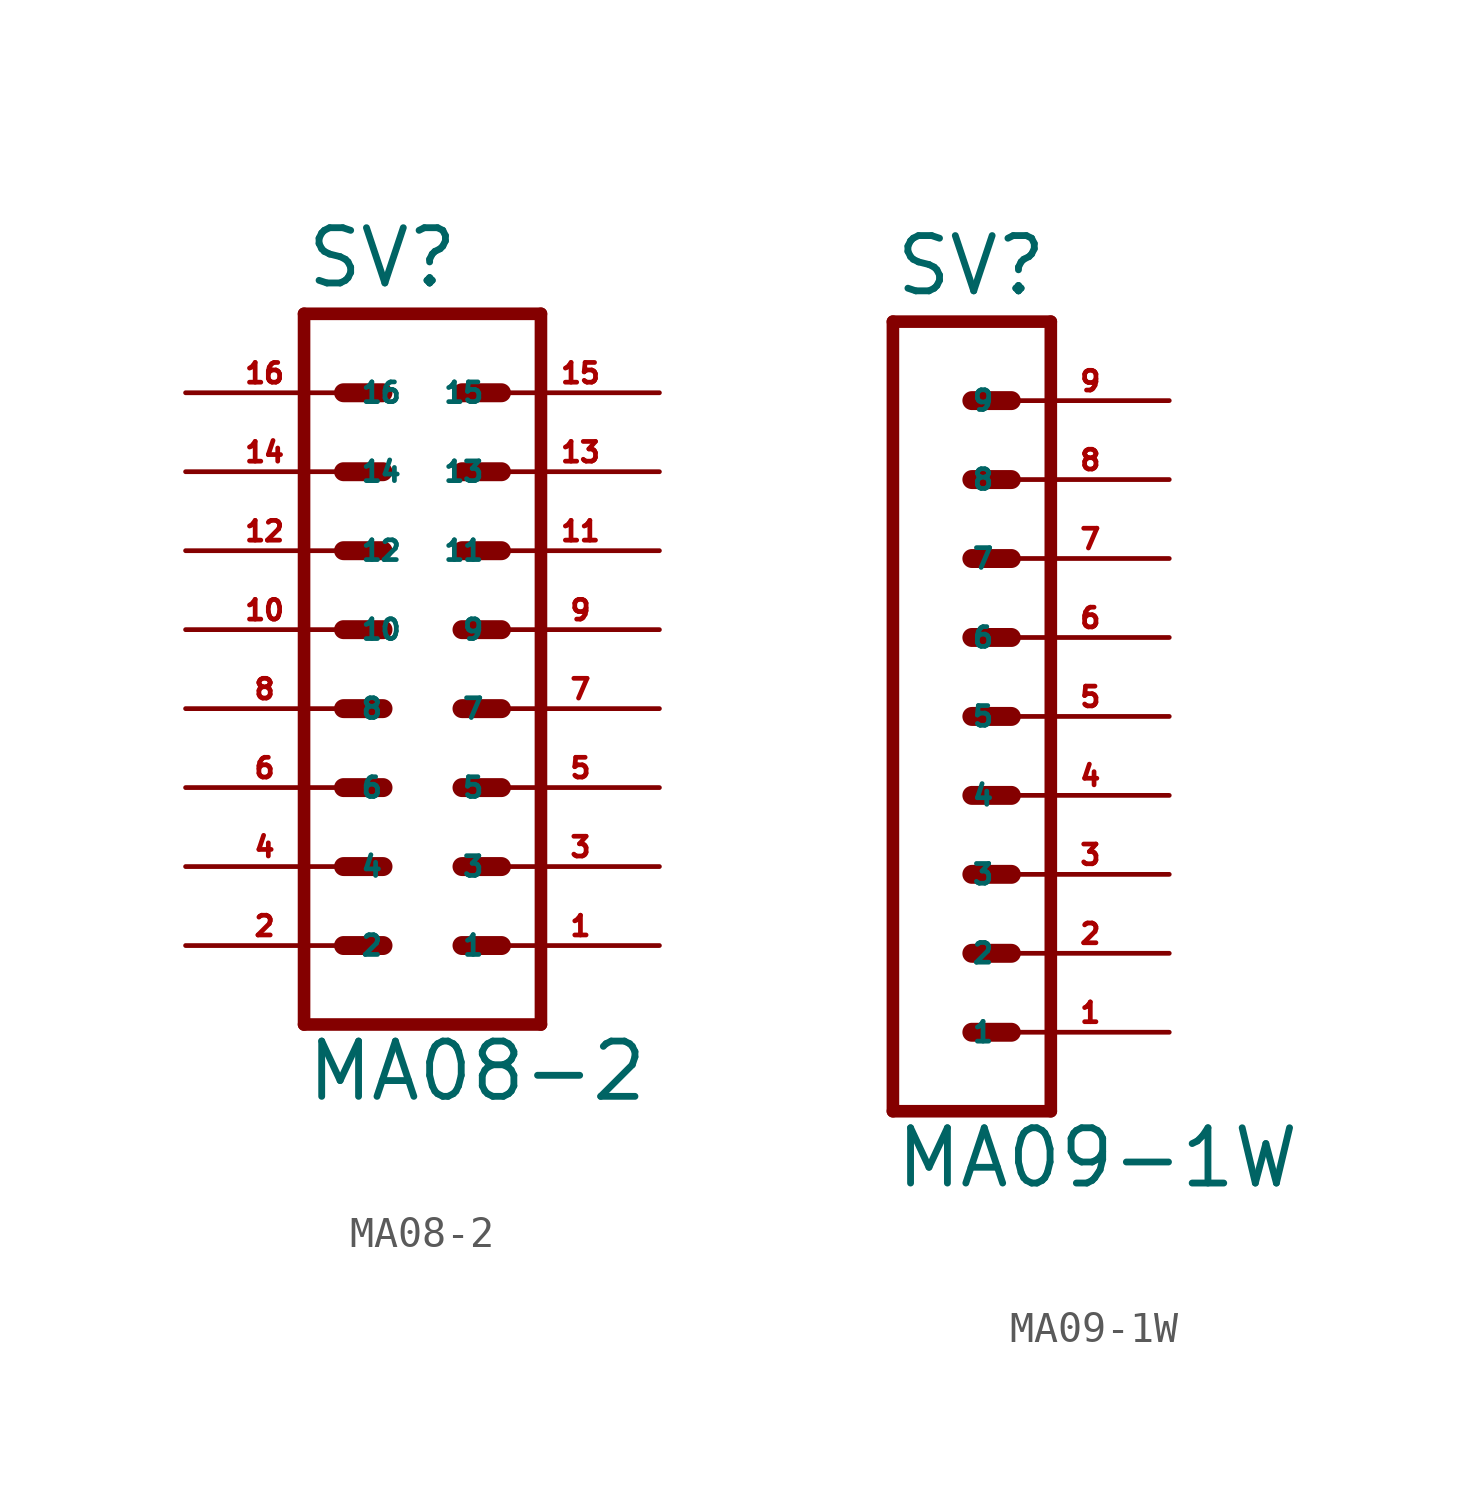
<source format=kicad_sym>
(kicad_symbol_lib
  (version 20220914)
  (generator Eagle2Kicad)
  (symbol "MA08-2"
    (property "Reference" "SV"
      (at -3.81 13.462 0)
      (effects (font (size 1.778 1.778) (thickness 0.22)) (justify left bottom)))
    (property "Value" "MA08-2"
      (at -3.81 -12.7 0)
      (effects (font (size 1.778 1.778) (thickness 0.22)) (justify left bottom)))
    (polyline
      (pts (xy 3.81 -10.16) (xy -3.81 -10.16))
      (stroke (width 0.406) (type default))
      (fill (type none)))
    (polyline
      (pts (xy 1.27 -2.54) (xy 2.54 -2.54))
      (stroke (width 0.61) (type default))
      (fill (type none)))
    (polyline
      (pts (xy 1.27 -5.08) (xy 2.54 -5.08))
      (stroke (width 0.61) (type default))
      (fill (type none)))
    (polyline
      (pts (xy 1.27 -7.62) (xy 2.54 -7.62))
      (stroke (width 0.61) (type default))
      (fill (type none)))
    (polyline
      (pts (xy -2.54 -2.54) (xy -1.27 -2.54))
      (stroke (width 0.61) (type default))
      (fill (type none)))
    (polyline
      (pts (xy -2.54 -5.08) (xy -1.27 -5.08))
      (stroke (width 0.61) (type default))
      (fill (type none)))
    (polyline
      (pts (xy -2.54 -7.62) (xy -1.27 -7.62))
      (stroke (width 0.61) (type default))
      (fill (type none)))
    (polyline
      (pts (xy 1.27 2.54) (xy 2.54 2.54))
      (stroke (width 0.61) (type default))
      (fill (type none)))
    (polyline
      (pts (xy 1.27 0) (xy 2.54 0))
      (stroke (width 0.61) (type default))
      (fill (type none)))
    (polyline
      (pts (xy -2.54 2.54) (xy -1.27 2.54))
      (stroke (width 0.61) (type default))
      (fill (type none)))
    (polyline
      (pts (xy -2.54 0) (xy -1.27 0))
      (stroke (width 0.61) (type default))
      (fill (type none)))
    (polyline
      (pts (xy 1.27 10.16) (xy 2.54 10.16))
      (stroke (width 0.61) (type default))
      (fill (type none)))
    (polyline
      (pts (xy 1.27 7.62) (xy 2.54 7.62))
      (stroke (width 0.61) (type default))
      (fill (type none)))
    (polyline
      (pts (xy 1.27 5.08) (xy 2.54 5.08))
      (stroke (width 0.61) (type default))
      (fill (type none)))
    (polyline
      (pts (xy -2.54 10.16) (xy -1.27 10.16))
      (stroke (width 0.61) (type default))
      (fill (type none)))
    (polyline
      (pts (xy -2.54 7.62) (xy -1.27 7.62))
      (stroke (width 0.61) (type default))
      (fill (type none)))
    (polyline
      (pts (xy -2.54 5.08) (xy -1.27 5.08))
      (stroke (width 0.61) (type default))
      (fill (type none)))
    (polyline
      (pts (xy -3.81 12.7) (xy -3.81 -10.16))
      (stroke (width 0.406) (type default))
      (fill (type none)))
    (polyline
      (pts (xy 3.81 -10.16) (xy 3.81 12.7))
      (stroke (width 0.406) (type default))
      (fill (type none)))
    (polyline
      (pts (xy -3.81 12.7) (xy 3.81 12.7))
      (stroke (width 0.406) (type default))
      (fill (type none)))
    (pin passive line
      (at 7.62 -7.62 180)
      (length 5.08)
      (name "1" (effects (font (size 0.635 0.635) (thickness 0.08)) (justify left bottom)))
      (number "1" (effects (font (size 0.635 0.635) (thickness 0.08)) (justify left bottom))))
    (pin passive line
      (at 7.62 -5.08 180)
      (length 5.08)
      (name "3" (effects (font (size 0.635 0.635) (thickness 0.08)) (justify left bottom)))
      (number "3" (effects (font (size 0.635 0.635) (thickness 0.08)) (justify left bottom))))
    (pin passive line
      (at 7.62 -2.54 180)
      (length 5.08)
      (name "5" (effects (font (size 0.635 0.635) (thickness 0.08)) (justify left bottom)))
      (number "5" (effects (font (size 0.635 0.635) (thickness 0.08)) (justify left bottom))))
    (pin passive line
      (at -7.62 -7.62 0)
      (length 5.08)
      (name "2" (effects (font (size 0.635 0.635) (thickness 0.08)) (justify left bottom)))
      (number "2" (effects (font (size 0.635 0.635) (thickness 0.08)) (justify left bottom))))
    (pin passive line
      (at -7.62 -5.08 0)
      (length 5.08)
      (name "4" (effects (font (size 0.635 0.635) (thickness 0.08)) (justify left bottom)))
      (number "4" (effects (font (size 0.635 0.635) (thickness 0.08)) (justify left bottom))))
    (pin passive line
      (at -7.62 -2.54 0)
      (length 5.08)
      (name "6" (effects (font (size 0.635 0.635) (thickness 0.08)) (justify left bottom)))
      (number "6" (effects (font (size 0.635 0.635) (thickness 0.08)) (justify left bottom))))
    (pin passive line
      (at 7.62 0 180)
      (length 5.08)
      (name "7" (effects (font (size 0.635 0.635) (thickness 0.08)) (justify left bottom)))
      (number "7" (effects (font (size 0.635 0.635) (thickness 0.08)) (justify left bottom))))
    (pin passive line
      (at 7.62 2.54 180)
      (length 5.08)
      (name "9" (effects (font (size 0.635 0.635) (thickness 0.08)) (justify left bottom)))
      (number "9" (effects (font (size 0.635 0.635) (thickness 0.08)) (justify left bottom))))
    (pin passive line
      (at -7.62 0 0)
      (length 5.08)
      (name "8" (effects (font (size 0.635 0.635) (thickness 0.08)) (justify left bottom)))
      (number "8" (effects (font (size 0.635 0.635) (thickness 0.08)) (justify left bottom))))
    (pin passive line
      (at -7.62 2.54 0)
      (length 5.08)
      (name "10" (effects (font (size 0.635 0.635) (thickness 0.08)) (justify left bottom)))
      (number "10" (effects (font (size 0.635 0.635) (thickness 0.08)) (justify left bottom))))
    (pin passive line
      (at 7.62 5.08 180)
      (length 5.08)
      (name "11" (effects (font (size 0.635 0.635) (thickness 0.08)) (justify left bottom)))
      (number "11" (effects (font (size 0.635 0.635) (thickness 0.08)) (justify left bottom))))
    (pin passive line
      (at 7.62 7.62 180)
      (length 5.08)
      (name "13" (effects (font (size 0.635 0.635) (thickness 0.08)) (justify left bottom)))
      (number "13" (effects (font (size 0.635 0.635) (thickness 0.08)) (justify left bottom))))
    (pin passive line
      (at 7.62 10.16 180)
      (length 5.08)
      (name "15" (effects (font (size 0.635 0.635) (thickness 0.08)) (justify left bottom)))
      (number "15" (effects (font (size 0.635 0.635) (thickness 0.08)) (justify left bottom))))
    (pin passive line
      (at -7.62 5.08 0)
      (length 5.08)
      (name "12" (effects (font (size 0.635 0.635) (thickness 0.08)) (justify left bottom)))
      (number "12" (effects (font (size 0.635 0.635) (thickness 0.08)) (justify left bottom))))
    (pin passive line
      (at -7.62 7.62 0)
      (length 5.08)
      (name "14" (effects (font (size 0.635 0.635) (thickness 0.08)) (justify left bottom)))
      (number "14" (effects (font (size 0.635 0.635) (thickness 0.08)) (justify left bottom))))
    (pin passive line
      (at -7.62 10.16 0)
      (length 5.08)
      (name "16" (effects (font (size 0.635 0.635) (thickness 0.08)) (justify left bottom)))
      (number "16" (effects (font (size 0.635 0.635) (thickness 0.08)) (justify left bottom)))))
  (symbol "MA09-1W"
    (property "Reference" "SV"
      (at -1.27 13.462 0)
      (effects (font (size 1.778 1.778) (thickness 0.22)) (justify left bottom)))
    (property "Value" "MA09-1W"
      (at -1.27 -15.24 0)
      (effects (font (size 1.778 1.778) (thickness 0.22)) (justify left bottom)))
    (polyline
      (pts (xy 3.81 -12.7) (xy -1.27 -12.7))
      (stroke (width 0.406) (type default))
      (fill (type none)))
    (polyline
      (pts (xy 1.27 -5.08) (xy 2.54 -5.08))
      (stroke (width 0.61) (type default))
      (fill (type none)))
    (polyline
      (pts (xy 1.27 -7.62) (xy 2.54 -7.62))
      (stroke (width 0.61) (type default))
      (fill (type none)))
    (polyline
      (pts (xy 1.27 -10.16) (xy 2.54 -10.16))
      (stroke (width 0.61) (type default))
      (fill (type none)))
    (polyline
      (pts (xy 1.27 0) (xy 2.54 0))
      (stroke (width 0.61) (type default))
      (fill (type none)))
    (polyline
      (pts (xy 1.27 -2.54) (xy 2.54 -2.54))
      (stroke (width 0.61) (type default))
      (fill (type none)))
    (polyline
      (pts (xy 1.27 7.62) (xy 2.54 7.62))
      (stroke (width 0.61) (type default))
      (fill (type none)))
    (polyline
      (pts (xy 1.27 5.08) (xy 2.54 5.08))
      (stroke (width 0.61) (type default))
      (fill (type none)))
    (polyline
      (pts (xy 1.27 2.54) (xy 2.54 2.54))
      (stroke (width 0.61) (type default))
      (fill (type none)))
    (polyline
      (pts (xy 1.27 10.16) (xy 2.54 10.16))
      (stroke (width 0.61) (type default))
      (fill (type none)))
    (polyline
      (pts (xy -1.27 12.7) (xy -1.27 -12.7))
      (stroke (width 0.406) (type default))
      (fill (type none)))
    (polyline
      (pts (xy 3.81 -12.7) (xy 3.81 12.7))
      (stroke (width 0.406) (type default))
      (fill (type none)))
    (polyline
      (pts (xy -1.27 12.7) (xy 3.81 12.7))
      (stroke (width 0.406) (type default))
      (fill (type none)))
    (pin passive line
      (at 7.62 -10.16 180)
      (length 5.08)
      (name "1" (effects (font (size 0.635 0.635) (thickness 0.08)) (justify left bottom)))
      (number "1" (effects (font (size 0.635 0.635) (thickness 0.08)) (justify left bottom))))
    (pin passive line
      (at 7.62 -7.62 180)
      (length 5.08)
      (name "2" (effects (font (size 0.635 0.635) (thickness 0.08)) (justify left bottom)))
      (number "2" (effects (font (size 0.635 0.635) (thickness 0.08)) (justify left bottom))))
    (pin passive line
      (at 7.62 -5.08 180)
      (length 5.08)
      (name "3" (effects (font (size 0.635 0.635) (thickness 0.08)) (justify left bottom)))
      (number "3" (effects (font (size 0.635 0.635) (thickness 0.08)) (justify left bottom))))
    (pin passive line
      (at 7.62 -2.54 180)
      (length 5.08)
      (name "4" (effects (font (size 0.635 0.635) (thickness 0.08)) (justify left bottom)))
      (number "4" (effects (font (size 0.635 0.635) (thickness 0.08)) (justify left bottom))))
    (pin passive line
      (at 7.62 0 180)
      (length 5.08)
      (name "5" (effects (font (size 0.635 0.635) (thickness 0.08)) (justify left bottom)))
      (number "5" (effects (font (size 0.635 0.635) (thickness 0.08)) (justify left bottom))))
    (pin passive line
      (at 7.62 2.54 180)
      (length 5.08)
      (name "6" (effects (font (size 0.635 0.635) (thickness 0.08)) (justify left bottom)))
      (number "6" (effects (font (size 0.635 0.635) (thickness 0.08)) (justify left bottom))))
    (pin passive line
      (at 7.62 5.08 180)
      (length 5.08)
      (name "7" (effects (font (size 0.635 0.635) (thickness 0.08)) (justify left bottom)))
      (number "7" (effects (font (size 0.635 0.635) (thickness 0.08)) (justify left bottom))))
    (pin passive line
      (at 7.62 7.62 180)
      (length 5.08)
      (name "8" (effects (font (size 0.635 0.635) (thickness 0.08)) (justify left bottom)))
      (number "8" (effects (font (size 0.635 0.635) (thickness 0.08)) (justify left bottom))))
    (pin passive line
      (at 7.62 10.16 180)
      (length 5.08)
      (name "9" (effects (font (size 0.635 0.635) (thickness 0.08)) (justify left bottom)))
      (number "9" (effects (font (size 0.635 0.635) (thickness 0.08)) (justify left bottom))))))
</source>
